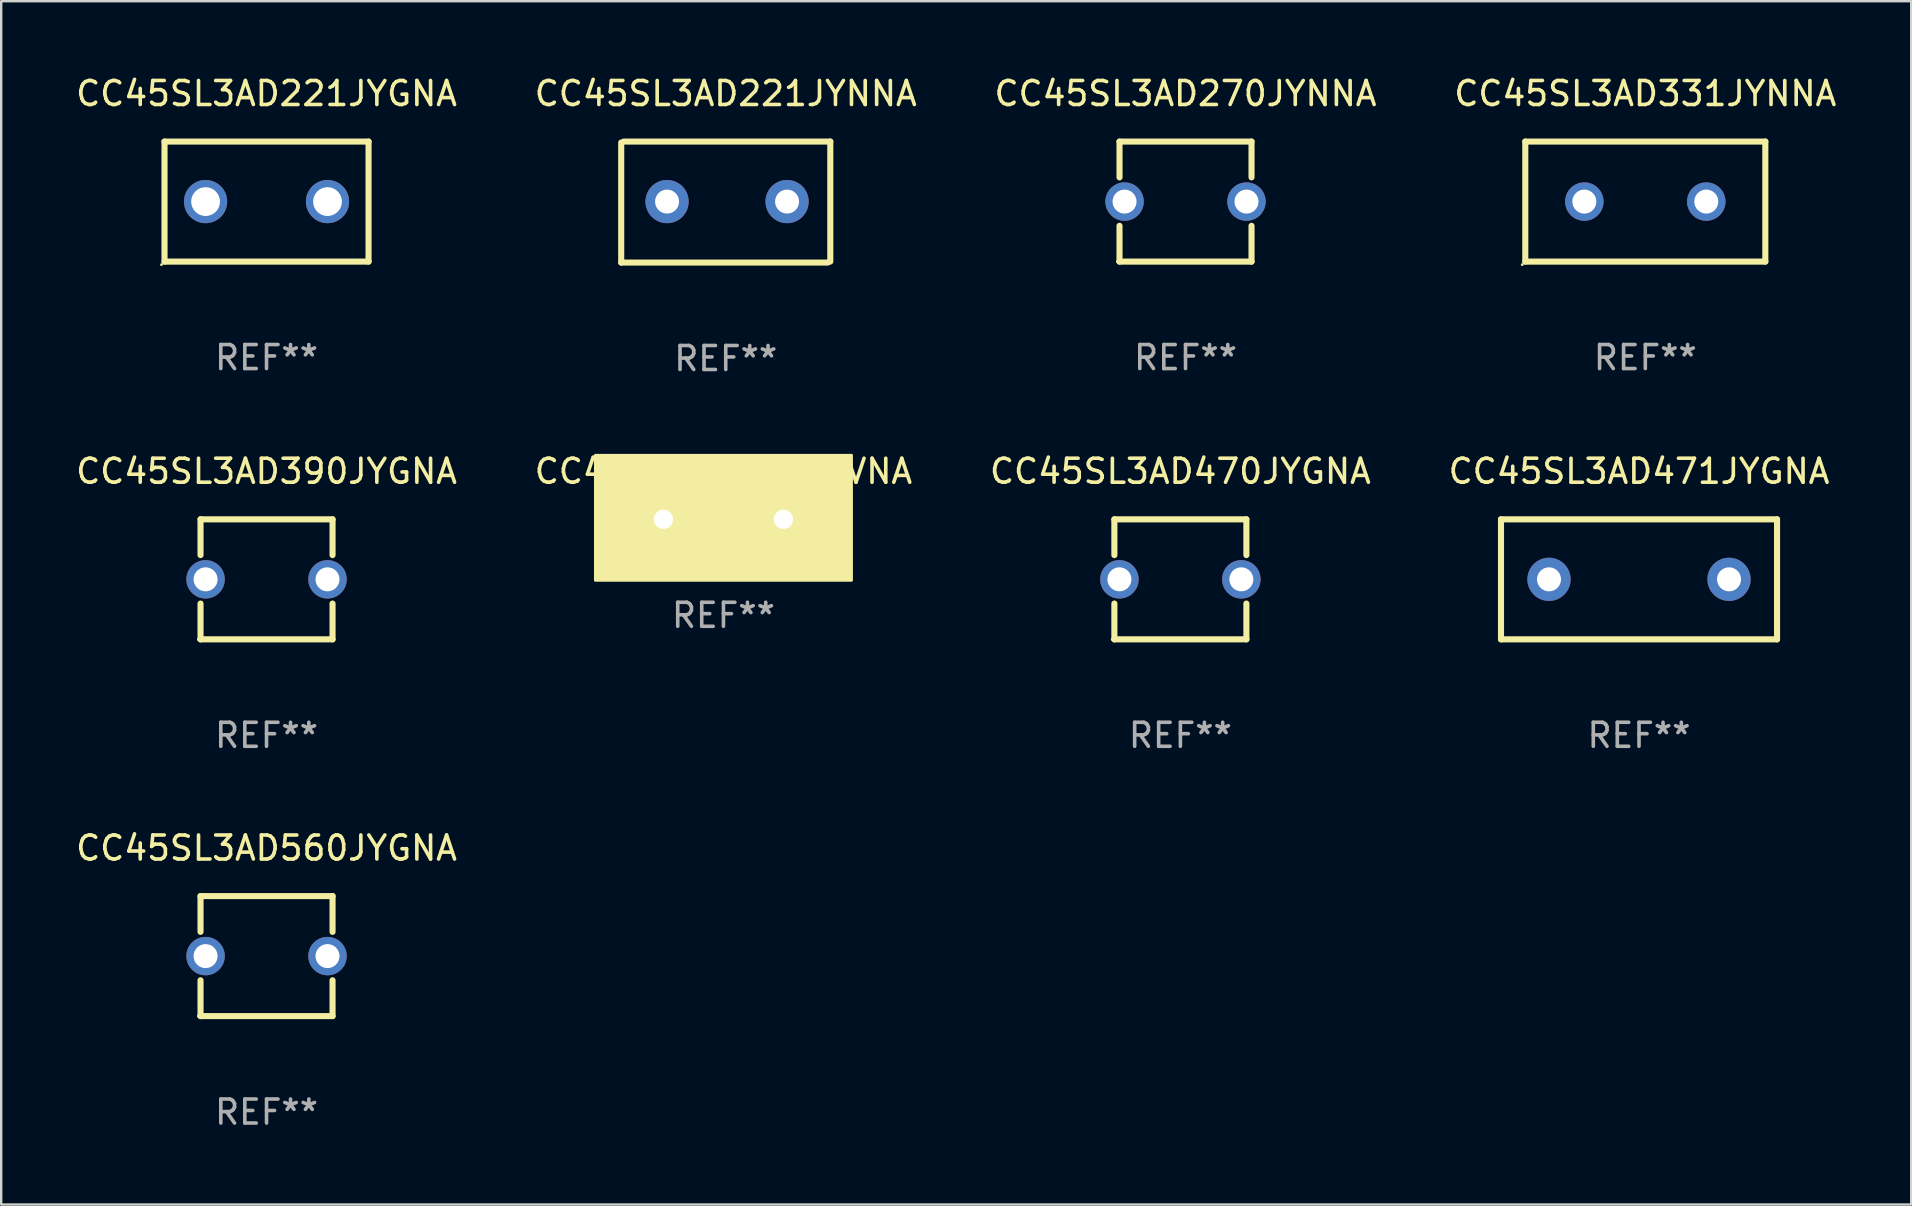
<source format=kicad_pcb>
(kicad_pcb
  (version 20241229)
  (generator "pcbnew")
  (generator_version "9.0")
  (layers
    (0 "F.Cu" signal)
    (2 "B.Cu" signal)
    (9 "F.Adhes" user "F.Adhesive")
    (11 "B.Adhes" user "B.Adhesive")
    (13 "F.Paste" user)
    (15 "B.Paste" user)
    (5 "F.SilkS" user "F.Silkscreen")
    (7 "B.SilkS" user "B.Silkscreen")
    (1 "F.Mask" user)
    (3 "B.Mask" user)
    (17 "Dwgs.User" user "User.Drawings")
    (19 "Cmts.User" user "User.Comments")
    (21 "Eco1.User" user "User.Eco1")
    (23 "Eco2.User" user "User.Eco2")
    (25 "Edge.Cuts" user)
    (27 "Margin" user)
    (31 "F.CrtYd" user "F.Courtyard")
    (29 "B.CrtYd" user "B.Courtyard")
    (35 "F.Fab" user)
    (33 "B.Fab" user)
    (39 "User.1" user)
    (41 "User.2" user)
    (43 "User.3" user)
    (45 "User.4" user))
  (footprint "CC45SL3AD560JYGNA"
    (layer "F.Cu")
    (at 8.054 36.781)
    (property "Reference" "CC45SL3AD560JYGNA" (at 0 -4.5 0) (layer "F.SilkS") (effects (font (size 1 1) (thickness 0.15))))
    (attr through_hole)
    (fp_line (start -2.75 -2.5) (end -2.75 -1.009) (stroke (width 0.254) (type solid)) (layer "F.SilkS"))
    (fp_line (start -2.75 -2.5) (end 2.75 -2.5) (stroke (width 0.254) (type solid)) (layer "F.SilkS"))
    (fp_line (start -2.75 1.009) (end -2.75 2.5) (stroke (width 0.254) (type solid)) (layer "F.SilkS"))
    (fp_line (start -2.75 2.5) (end 2.75 2.5) (stroke (width 0.254) (type solid)) (layer "F.SilkS"))
    (fp_line (start 2.75 -2.5) (end 2.75 -1.009) (stroke (width 0.254) (type solid)) (layer "F.SilkS"))
    (fp_line (start 2.75 1.009) (end 2.75 2.5) (stroke (width 0.254) (type solid)) (layer "F.SilkS"))
    (fp_circle (center -2.84 2.5) (end -2.81 2.5) (stroke (width 0.06) (type solid)) (fill no) (layer "F.SilkS"))
    (fp_text user "REF**" (at 0 6.5 0) (layer "F.Fab") (effects (font (size 1 1) (thickness 0.15))))
    (pad "1" thru_hole circle (at -2.54 0) (size 1.6 1.6) (drill 1) (layers "*.Cu" "*.Mask"))
    (pad "2" thru_hole circle (at 2.54 0) (size 1.6 1.6) (drill 1) (layers "*.Cu" "*.Mask")))
  (footprint "CC45SL3AD221JYNNA"
    (layer "F.Cu")
    (at 27.185 5.368)
    (property "Reference" "CC45SL3AD221JYNNA" (at 0 -4.52 0) (layer "F.SilkS") (effects (font (size 1 1) (thickness 0.15))))
    (attr through_hole)
    (fp_line (start -4.355 2.52) (end -4.355 -2.48) (stroke (width 0.254) (type solid)) (layer "F.SilkS"))
    (fp_line (start -4.246 -2.52) (end 4.355 -2.52) (stroke (width 0.254) (type solid)) (layer "F.SilkS"))
    (fp_line (start 4.246 2.52) (end -4.355 2.52) (stroke (width 0.254) (type solid)) (layer "F.SilkS"))
    (fp_line (start 4.355 -2.52) (end 4.355 2.48) (stroke (width 0.254) (type solid)) (layer "F.SilkS"))
    (fp_circle (center -4.195 2.48) (end -4.165 2.48) (stroke (width 0.06) (type solid)) (fill no) (layer "F.SilkS"))
    (fp_text user "REF**" (at 0 6.52 0) (layer "F.Fab") (effects (font (size 1 1) (thickness 0.15))))
    (pad "1" thru_hole circle (at -2.445 -0.02) (size 1.8 1.8) (drill 1) (layers "*.Cu" "*.Mask"))
    (pad "2" thru_hole circle (at 2.555 -0.02) (size 1.8 1.8) (drill 1) (layers "*.Cu" "*.Mask")))
  (footprint "CC45SL3AD270JYNNA"
    (layer "F.Cu")
    (at 46.339 5.348)
    (property "Reference" "CC45SL3AD270JYNNA" (at 0 -4.5 0) (layer "F.SilkS") (effects (font (size 1 1) (thickness 0.15))))
    (attr through_hole)
    (fp_line (start -2.75 -2.5) (end -2.75 -1.009) (stroke (width 0.254) (type solid)) (layer "F.SilkS"))
    (fp_line (start -2.75 -2.5) (end 2.75 -2.5) (stroke (width 0.254) (type solid)) (layer "F.SilkS"))
    (fp_line (start -2.75 1.009) (end -2.75 2.5) (stroke (width 0.254) (type solid)) (layer "F.SilkS"))
    (fp_line (start -2.75 2.5) (end 2.75 2.5) (stroke (width 0.254) (type solid)) (layer "F.SilkS"))
    (fp_line (start 2.75 -2.5) (end 2.75 -1.009) (stroke (width 0.254) (type solid)) (layer "F.SilkS"))
    (fp_line (start 2.75 1.009) (end 2.75 2.5) (stroke (width 0.254) (type solid)) (layer "F.SilkS"))
    (fp_circle (center -2.84 2.5) (end -2.81 2.5) (stroke (width 0.06) (type solid)) (fill no) (layer "F.SilkS"))
    (fp_text user "REF**" (at 0 6.5 0) (layer "F.Fab") (effects (font (size 1 1) (thickness 0.15))))
    (pad "1" thru_hole circle (at -2.54 0) (size 1.6 1.6) (drill 1) (layers "*.Cu" "*.Mask"))
    (pad "2" thru_hole circle (at 2.54 0) (size 1.6 1.6) (drill 1) (layers "*.Cu" "*.Mask")))
  (footprint "CC45SL3AD470JYGNA"
    (layer "F.Cu")
    (at 46.125 21.085)
    (property "Reference" "CC45SL3AD470JYGNA" (at 0 -4.5 0) (layer "F.SilkS") (effects (font (size 1 1) (thickness 0.15))))
    (attr through_hole)
    (fp_line (start -2.75 -2.5) (end -2.75 -1.009) (stroke (width 0.254) (type solid)) (layer "F.SilkS"))
    (fp_line (start -2.75 -2.5) (end 2.75 -2.5) (stroke (width 0.254) (type solid)) (layer "F.SilkS"))
    (fp_line (start -2.75 1.009) (end -2.75 2.5) (stroke (width 0.254) (type solid)) (layer "F.SilkS"))
    (fp_line (start -2.75 2.5) (end 2.75 2.5) (stroke (width 0.254) (type solid)) (layer "F.SilkS"))
    (fp_line (start 2.75 -2.5) (end 2.75 -1.009) (stroke (width 0.254) (type solid)) (layer "F.SilkS"))
    (fp_line (start 2.75 1.009) (end 2.75 2.5) (stroke (width 0.254) (type solid)) (layer "F.SilkS"))
    (fp_circle (center -2.84 2.5) (end -2.81 2.5) (stroke (width 0.06) (type solid)) (fill no) (layer "F.SilkS"))
    (fp_text user "REF**" (at 0 6.5 0) (layer "F.Fab") (effects (font (size 1 1) (thickness 0.15))))
    (pad "1" thru_hole circle (at -2.54 0) (size 1.6 1.6) (drill 1) (layers "*.Cu" "*.Mask"))
    (pad "2" thru_hole circle (at 2.54 0) (size 1.6 1.6) (drill 1) (layers "*.Cu" "*.Mask")))
  (footprint "CC45SL3AD221JYGNA"
    (layer "F.Cu")
    (at 8.054 5.348)
    (property "Reference" "CC45SL3AD221JYGNA" (at 0 -4.5 0) (layer "F.SilkS") (effects (font (size 1 1) (thickness 0.15))))
    (attr through_hole)
    (fp_line (start -4.25 -2.5) (end 4.25 -2.5) (stroke (width 0.254) (type solid)) (layer "F.SilkS"))
    (fp_line (start -4.25 2.5) (end -4.25 -2.5) (stroke (width 0.254) (type solid)) (layer "F.SilkS"))
    (fp_line (start 4.25 -2.5) (end 4.25 2.5) (stroke (width 0.254) (type solid)) (layer "F.SilkS"))
    (fp_line (start 4.25 2.5) (end -4.25 2.5) (stroke (width 0.254) (type solid)) (layer "F.SilkS"))
    (fp_circle (center -4.377 2.627) (end -4.347 2.627) (stroke (width 0.06) (type solid)) (fill no) (layer "F.SilkS"))
    (fp_text user "REF**" (at 0 6.5 0) (layer "F.Fab") (effects (font (size 1 1) (thickness 0.15))))
    (pad "1" thru_hole circle (at -2.54 0) (size 1.8 1.8) (drill 1.2) (layers "*.Cu" "*.Mask"))
    (pad "2" thru_hole circle (at 2.54 0) (size 1.8 1.8) (drill 1.2) (layers "*.Cu" "*.Mask")))
  (footprint "CC45SL3AD471JYGNA"
    (layer "F.Cu")
    (at 65.232 21.085)
    (property "Reference" "CC45SL3AD471JYGNA" (at 0 -4.5 0) (layer "F.SilkS") (effects (font (size 1 1) (thickness 0.15))))
    (attr through_hole)
    (fp_line (start -5.75 -2.5) (end 5.75 -2.5) (stroke (width 0.254) (type solid)) (layer "F.SilkS"))
    (fp_line (start -5.75 2.5) (end -5.75 -2.5) (stroke (width 0.254) (type solid)) (layer "F.SilkS"))
    (fp_line (start 5.75 -2.5) (end 5.75 2.5) (stroke (width 0.254) (type solid)) (layer "F.SilkS"))
    (fp_line (start 5.75 2.5) (end -5.75 2.5) (stroke (width 0.254) (type solid)) (layer "F.SilkS"))
    (fp_circle (center -5.75 2.5) (end -5.72 2.5) (stroke (width 0.06) (type solid)) (fill no) (layer "F.SilkS"))
    (fp_text user "REF**" (at 0 6.5 0) (layer "F.Fab") (effects (font (size 1 1) (thickness 0.15))))
    (pad "1" thru_hole circle (at -3.75 0) (size 1.8 1.8) (drill 1) (layers "*.Cu" "*.Mask"))
    (pad "2" thru_hole circle (at 3.75 0) (size 1.8 1.8) (drill 1) (layers "*.Cu" "*.Mask")))
  (footprint "CC45SL3AD331JYNNA"
    (layer "F.Cu")
    (at 65.494 5.348)
    (property "Reference" "CC45SL3AD331JYNNA" (at 0 -4.5 0) (layer "F.SilkS") (effects (font (size 1 1) (thickness 0.15))))
    (attr through_hole)
    (fp_line (start -5 -2.5) (end -5 2.5) (stroke (width 0.254) (type solid)) (layer "F.SilkS"))
    (fp_line (start -5 -2.5) (end 5 -2.5) (stroke (width 0.254) (type solid)) (layer "F.SilkS"))
    (fp_line (start -5 2.5) (end 5 2.5) (stroke (width 0.254) (type solid)) (layer "F.SilkS"))
    (fp_line (start 5 -2.5) (end 5 2.5) (stroke (width 0.254) (type solid)) (layer "F.SilkS"))
    (fp_circle (center -5.127 2.627) (end -5.097 2.627) (stroke (width 0.06) (type solid)) (fill no) (layer "F.SilkS"))
    (fp_text user "REF**" (at 0 6.5 0) (layer "F.Fab") (effects (font (size 1 1) (thickness 0.15))))
    (pad "1" thru_hole circle (at -2.54 0) (size 1.6 1.6) (drill 1) (layers "*.Cu" "*.Mask"))
    (pad "2" thru_hole circle (at 2.54 0) (size 1.6 1.6) (drill 1) (layers "*.Cu" "*.Mask")))
  (footprint "CC45SL3AD391JYVNA"
    (layer "F.Cu")
    (at 27.089 18.585)
    (property "Reference" "CC45SL3AD391JYVNA" (at 0 -2 0) (layer "F.SilkS") (effects (font (size 1 1) (thickness 0.15))))
    (attr through_hole)
    (fp_circle (center -5.25 2.5) (end -5.22 2.5) (stroke (width 0.06) (type solid)) (fill no) (layer "F.SilkS"))
    (fp_poly (pts (xy -5.334 -2.667) (xy 5.334 -2.667) (xy 5.334 2.54) (xy -5.334 2.54)) (stroke (width 0.12) (type solid)) (fill yes) (layer "F.SilkS"))
    (fp_text user "REF**" (at 0 4 0) (layer "F.Fab") (effects (font (size 1 1) (thickness 0.15))))
    (pad "1" thru_hole circle (at -2.5 0) (size 1.6 1.6) (drill 0.8) (layers "*.Cu" "*.Mask"))
    (pad "2" thru_hole circle (at 2.5 0) (size 1.6 1.6) (drill 0.8) (layers "*.Cu" "*.Mask")))
  (footprint "CC45SL3AD390JYGNA"
    (layer "F.Cu")
    (at 8.054 21.085)
    (property "Reference" "CC45SL3AD390JYGNA" (at 0 -4.5 0) (layer "F.SilkS") (effects (font (size 1 1) (thickness 0.15))))
    (attr through_hole)
    (fp_line (start -2.75 -2.5) (end -2.75 -1.009) (stroke (width 0.254) (type solid)) (layer "F.SilkS"))
    (fp_line (start -2.75 -2.5) (end 2.75 -2.5) (stroke (width 0.254) (type solid)) (layer "F.SilkS"))
    (fp_line (start -2.75 1.009) (end -2.75 2.5) (stroke (width 0.254) (type solid)) (layer "F.SilkS"))
    (fp_line (start -2.75 2.5) (end 2.75 2.5) (stroke (width 0.254) (type solid)) (layer "F.SilkS"))
    (fp_line (start 2.75 -2.5) (end 2.75 -1.009) (stroke (width 0.254) (type solid)) (layer "F.SilkS"))
    (fp_line (start 2.75 1.009) (end 2.75 2.5) (stroke (width 0.254) (type solid)) (layer "F.SilkS"))
    (fp_circle (center -2.84 2.5) (end -2.81 2.5) (stroke (width 0.06) (type solid)) (fill no) (layer "F.SilkS"))
    (fp_text user "REF**" (at 0 6.5 0) (layer "F.Fab") (effects (font (size 1 1) (thickness 0.15))))
    (pad "1" thru_hole circle (at -2.54 0) (size 1.6 1.6) (drill 1) (layers "*.Cu" "*.Mask"))
    (pad "2" thru_hole circle (at 2.54 0) (size 1.6 1.6) (drill 1) (layers "*.Cu" "*.Mask")))
  (gr_rect
    (start -3 -3)
    (end 76.571 47.13)
    (stroke (width 0.1) (type default))
    (fill no)
    (layer "Edge.Cuts")))
</source>
